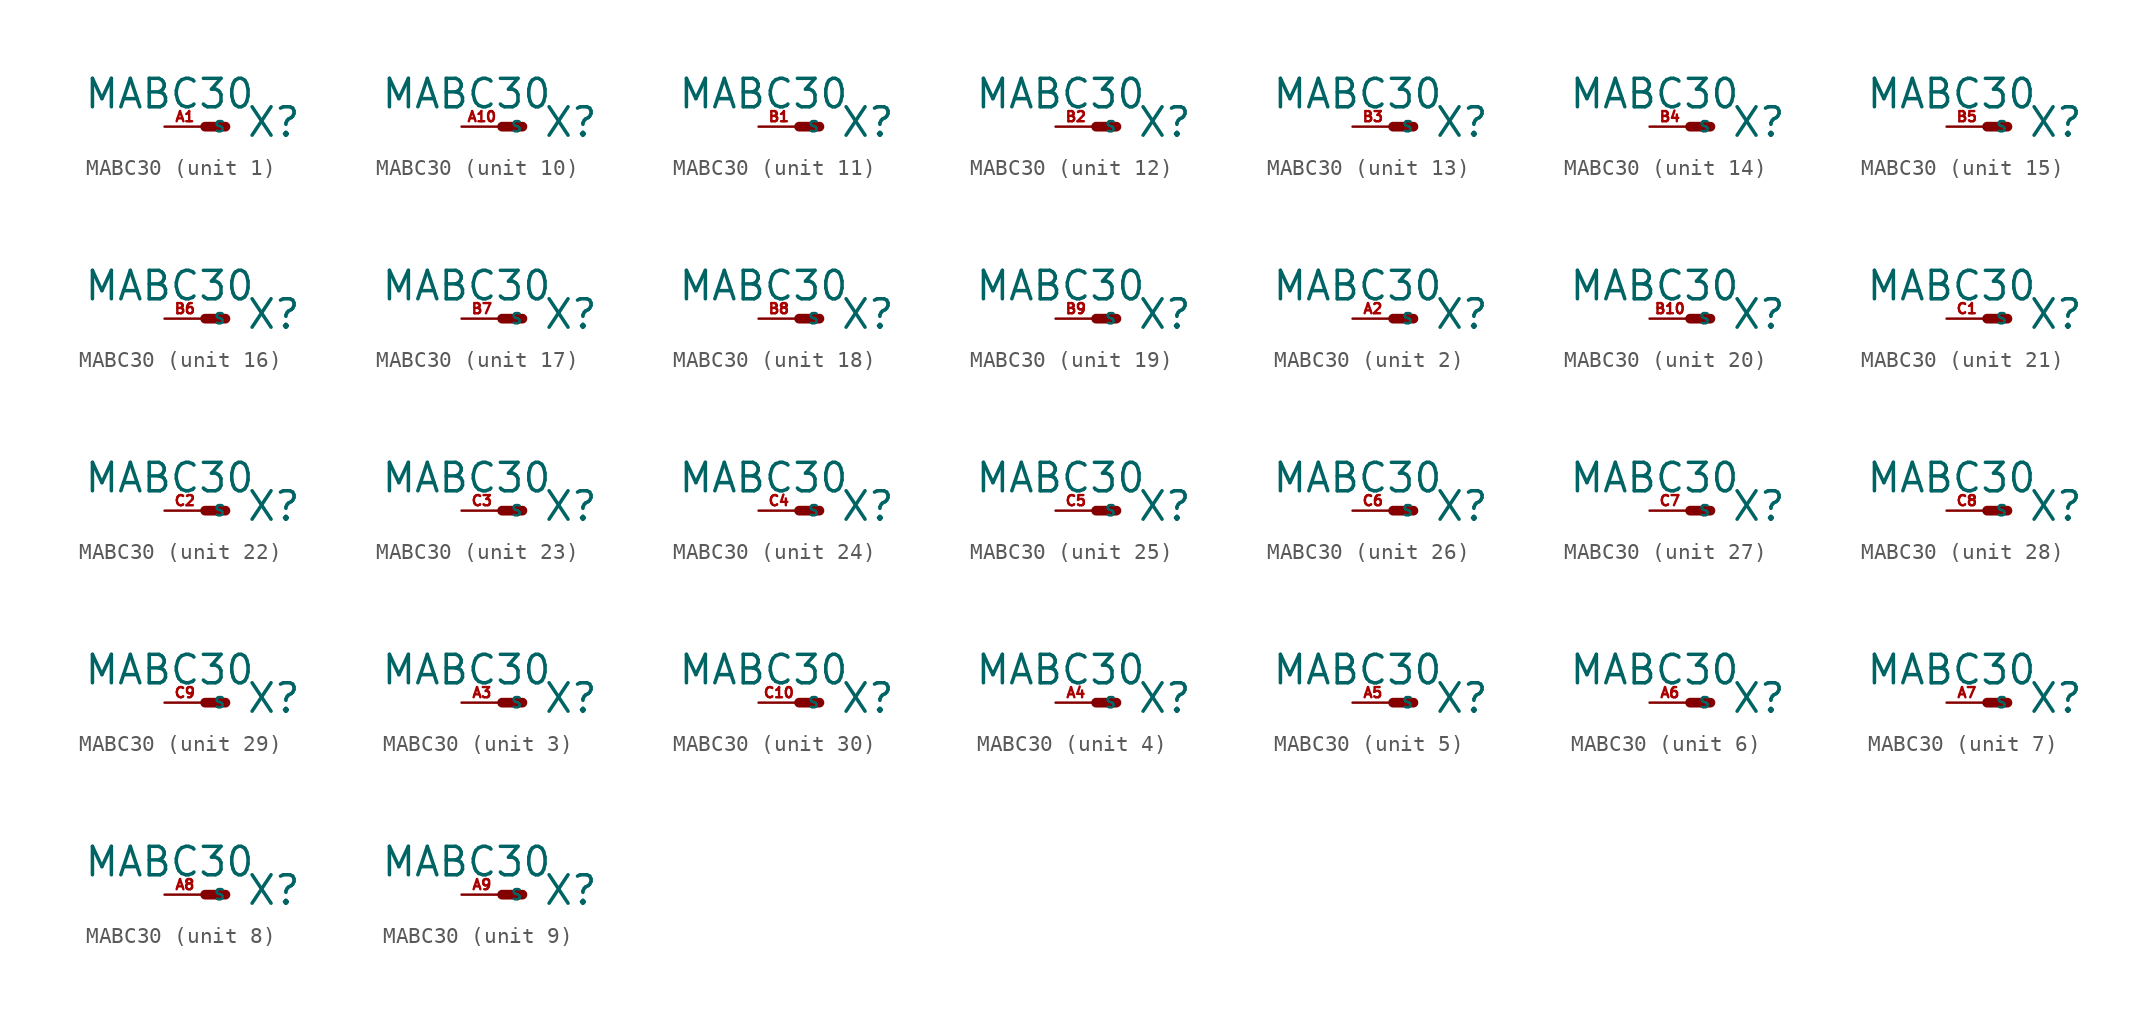
<source format=kicad_sym>
(kicad_symbol_lib
  (version 20220914)
  (generator Eagle2Kicad)
  (symbol "MABC30"
    (property "Reference" "X"
      (at 2.54 -0.762 0)
      (effects (font (size 1.778 1.778) (thickness 0.22)) (justify left bottom)))
    (property "Value" "MABC30"
      (at -7.62 1.016 0)
      (effects (font (size 1.778 1.778) (thickness 0.22)) (justify left bottom)))
    (symbol "MABC30_1_0"
      (polyline (pts (xy 0 0) (xy 1.27 0)) (stroke (width 0.61) (type default)) (fill (type none)))
      (pin passive line (at -2.54 0 0) (length 2.54) (name "S" (effects (font (size 0.635 0.635) (thickness 0.08)) (justify left bottom))) (number "A1" (effects (font (size 0.635 0.635) (thickness 0.08)) (justify left bottom)))))
    (symbol "MABC30_2_0"
      (polyline (pts (xy 0 0) (xy 1.27 0)) (stroke (width 0.61) (type default)) (fill (type none)))
      (pin passive line (at -2.54 0 0) (length 2.54) (name "S" (effects (font (size 0.635 0.635) (thickness 0.08)) (justify left bottom))) (number "A2" (effects (font (size 0.635 0.635) (thickness 0.08)) (justify left bottom)))))
    (symbol "MABC30_3_0"
      (polyline (pts (xy 0 0) (xy 1.27 0)) (stroke (width 0.61) (type default)) (fill (type none)))
      (pin passive line (at -2.54 0 0) (length 2.54) (name "S" (effects (font (size 0.635 0.635) (thickness 0.08)) (justify left bottom))) (number "A3" (effects (font (size 0.635 0.635) (thickness 0.08)) (justify left bottom)))))
    (symbol "MABC30_4_0"
      (polyline (pts (xy 0 0) (xy 1.27 0)) (stroke (width 0.61) (type default)) (fill (type none)))
      (pin passive line (at -2.54 0 0) (length 2.54) (name "S" (effects (font (size 0.635 0.635) (thickness 0.08)) (justify left bottom))) (number "A4" (effects (font (size 0.635 0.635) (thickness 0.08)) (justify left bottom)))))
    (symbol "MABC30_5_0"
      (polyline (pts (xy 0 0) (xy 1.27 0)) (stroke (width 0.61) (type default)) (fill (type none)))
      (pin passive line (at -2.54 0 0) (length 2.54) (name "S" (effects (font (size 0.635 0.635) (thickness 0.08)) (justify left bottom))) (number "A5" (effects (font (size 0.635 0.635) (thickness 0.08)) (justify left bottom)))))
    (symbol "MABC30_6_0"
      (polyline (pts (xy 0 0) (xy 1.27 0)) (stroke (width 0.61) (type default)) (fill (type none)))
      (pin passive line (at -2.54 0 0) (length 2.54) (name "S" (effects (font (size 0.635 0.635) (thickness 0.08)) (justify left bottom))) (number "A6" (effects (font (size 0.635 0.635) (thickness 0.08)) (justify left bottom)))))
    (symbol "MABC30_7_0"
      (polyline (pts (xy 0 0) (xy 1.27 0)) (stroke (width 0.61) (type default)) (fill (type none)))
      (pin passive line (at -2.54 0 0) (length 2.54) (name "S" (effects (font (size 0.635 0.635) (thickness 0.08)) (justify left bottom))) (number "A7" (effects (font (size 0.635 0.635) (thickness 0.08)) (justify left bottom)))))
    (symbol "MABC30_8_0"
      (polyline (pts (xy 0 0) (xy 1.27 0)) (stroke (width 0.61) (type default)) (fill (type none)))
      (pin passive line (at -2.54 0 0) (length 2.54) (name "S" (effects (font (size 0.635 0.635) (thickness 0.08)) (justify left bottom))) (number "A8" (effects (font (size 0.635 0.635) (thickness 0.08)) (justify left bottom)))))
    (symbol "MABC30_9_0"
      (polyline (pts (xy 0 0) (xy 1.27 0)) (stroke (width 0.61) (type default)) (fill (type none)))
      (pin passive line (at -2.54 0 0) (length 2.54) (name "S" (effects (font (size 0.635 0.635) (thickness 0.08)) (justify left bottom))) (number "A9" (effects (font (size 0.635 0.635) (thickness 0.08)) (justify left bottom)))))
    (symbol "MABC30_10_0"
      (polyline (pts (xy 0 0) (xy 1.27 0)) (stroke (width 0.61) (type default)) (fill (type none)))
      (pin passive line (at -2.54 0 0) (length 2.54) (name "S" (effects (font (size 0.635 0.635) (thickness 0.08)) (justify left bottom))) (number "A10" (effects (font (size 0.635 0.635) (thickness 0.08)) (justify left bottom)))))
    (symbol "MABC30_11_0"
      (polyline (pts (xy 0 0) (xy 1.27 0)) (stroke (width 0.61) (type default)) (fill (type none)))
      (pin passive line (at -2.54 0 0) (length 2.54) (name "S" (effects (font (size 0.635 0.635) (thickness 0.08)) (justify left bottom))) (number "B1" (effects (font (size 0.635 0.635) (thickness 0.08)) (justify left bottom)))))
    (symbol "MABC30_12_0"
      (polyline (pts (xy 0 0) (xy 1.27 0)) (stroke (width 0.61) (type default)) (fill (type none)))
      (pin passive line (at -2.54 0 0) (length 2.54) (name "S" (effects (font (size 0.635 0.635) (thickness 0.08)) (justify left bottom))) (number "B2" (effects (font (size 0.635 0.635) (thickness 0.08)) (justify left bottom)))))
    (symbol "MABC30_13_0"
      (polyline (pts (xy 0 0) (xy 1.27 0)) (stroke (width 0.61) (type default)) (fill (type none)))
      (pin passive line (at -2.54 0 0) (length 2.54) (name "S" (effects (font (size 0.635 0.635) (thickness 0.08)) (justify left bottom))) (number "B3" (effects (font (size 0.635 0.635) (thickness 0.08)) (justify left bottom)))))
    (symbol "MABC30_14_0"
      (polyline (pts (xy 0 0) (xy 1.27 0)) (stroke (width 0.61) (type default)) (fill (type none)))
      (pin passive line (at -2.54 0 0) (length 2.54) (name "S" (effects (font (size 0.635 0.635) (thickness 0.08)) (justify left bottom))) (number "B4" (effects (font (size 0.635 0.635) (thickness 0.08)) (justify left bottom)))))
    (symbol "MABC30_15_0"
      (polyline (pts (xy 0 0) (xy 1.27 0)) (stroke (width 0.61) (type default)) (fill (type none)))
      (pin passive line (at -2.54 0 0) (length 2.54) (name "S" (effects (font (size 0.635 0.635) (thickness 0.08)) (justify left bottom))) (number "B5" (effects (font (size 0.635 0.635) (thickness 0.08)) (justify left bottom)))))
    (symbol "MABC30_16_0"
      (polyline (pts (xy 0 0) (xy 1.27 0)) (stroke (width 0.61) (type default)) (fill (type none)))
      (pin passive line (at -2.54 0 0) (length 2.54) (name "S" (effects (font (size 0.635 0.635) (thickness 0.08)) (justify left bottom))) (number "B6" (effects (font (size 0.635 0.635) (thickness 0.08)) (justify left bottom)))))
    (symbol "MABC30_17_0"
      (polyline (pts (xy 0 0) (xy 1.27 0)) (stroke (width 0.61) (type default)) (fill (type none)))
      (pin passive line (at -2.54 0 0) (length 2.54) (name "S" (effects (font (size 0.635 0.635) (thickness 0.08)) (justify left bottom))) (number "B7" (effects (font (size 0.635 0.635) (thickness 0.08)) (justify left bottom)))))
    (symbol "MABC30_18_0"
      (polyline (pts (xy 0 0) (xy 1.27 0)) (stroke (width 0.61) (type default)) (fill (type none)))
      (pin passive line (at -2.54 0 0) (length 2.54) (name "S" (effects (font (size 0.635 0.635) (thickness 0.08)) (justify left bottom))) (number "B8" (effects (font (size 0.635 0.635) (thickness 0.08)) (justify left bottom)))))
    (symbol "MABC30_19_0"
      (polyline (pts (xy 0 0) (xy 1.27 0)) (stroke (width 0.61) (type default)) (fill (type none)))
      (pin passive line (at -2.54 0 0) (length 2.54) (name "S" (effects (font (size 0.635 0.635) (thickness 0.08)) (justify left bottom))) (number "B9" (effects (font (size 0.635 0.635) (thickness 0.08)) (justify left bottom)))))
    (symbol "MABC30_20_0"
      (polyline (pts (xy 0 0) (xy 1.27 0)) (stroke (width 0.61) (type default)) (fill (type none)))
      (pin passive line (at -2.54 0 0) (length 2.54) (name "S" (effects (font (size 0.635 0.635) (thickness 0.08)) (justify left bottom))) (number "B10" (effects (font (size 0.635 0.635) (thickness 0.08)) (justify left bottom)))))
    (symbol "MABC30_21_0"
      (polyline (pts (xy 0 0) (xy 1.27 0)) (stroke (width 0.61) (type default)) (fill (type none)))
      (pin passive line (at -2.54 0 0) (length 2.54) (name "S" (effects (font (size 0.635 0.635) (thickness 0.08)) (justify left bottom))) (number "C1" (effects (font (size 0.635 0.635) (thickness 0.08)) (justify left bottom)))))
    (symbol "MABC30_22_0"
      (polyline (pts (xy 0 0) (xy 1.27 0)) (stroke (width 0.61) (type default)) (fill (type none)))
      (pin passive line (at -2.54 0 0) (length 2.54) (name "S" (effects (font (size 0.635 0.635) (thickness 0.08)) (justify left bottom))) (number "C2" (effects (font (size 0.635 0.635) (thickness 0.08)) (justify left bottom)))))
    (symbol "MABC30_23_0"
      (polyline (pts (xy 0 0) (xy 1.27 0)) (stroke (width 0.61) (type default)) (fill (type none)))
      (pin passive line (at -2.54 0 0) (length 2.54) (name "S" (effects (font (size 0.635 0.635) (thickness 0.08)) (justify left bottom))) (number "C3" (effects (font (size 0.635 0.635) (thickness 0.08)) (justify left bottom)))))
    (symbol "MABC30_24_0"
      (polyline (pts (xy 0 0) (xy 1.27 0)) (stroke (width 0.61) (type default)) (fill (type none)))
      (pin passive line (at -2.54 0 0) (length 2.54) (name "S" (effects (font (size 0.635 0.635) (thickness 0.08)) (justify left bottom))) (number "C4" (effects (font (size 0.635 0.635) (thickness 0.08)) (justify left bottom)))))
    (symbol "MABC30_25_0"
      (polyline (pts (xy 0 0) (xy 1.27 0)) (stroke (width 0.61) (type default)) (fill (type none)))
      (pin passive line (at -2.54 0 0) (length 2.54) (name "S" (effects (font (size 0.635 0.635) (thickness 0.08)) (justify left bottom))) (number "C5" (effects (font (size 0.635 0.635) (thickness 0.08)) (justify left bottom)))))
    (symbol "MABC30_26_0"
      (polyline (pts (xy 0 0) (xy 1.27 0)) (stroke (width 0.61) (type default)) (fill (type none)))
      (pin passive line (at -2.54 0 0) (length 2.54) (name "S" (effects (font (size 0.635 0.635) (thickness 0.08)) (justify left bottom))) (number "C6" (effects (font (size 0.635 0.635) (thickness 0.08)) (justify left bottom)))))
    (symbol "MABC30_27_0"
      (polyline (pts (xy 0 0) (xy 1.27 0)) (stroke (width 0.61) (type default)) (fill (type none)))
      (pin passive line (at -2.54 0 0) (length 2.54) (name "S" (effects (font (size 0.635 0.635) (thickness 0.08)) (justify left bottom))) (number "C7" (effects (font (size 0.635 0.635) (thickness 0.08)) (justify left bottom)))))
    (symbol "MABC30_28_0"
      (polyline (pts (xy 0 0) (xy 1.27 0)) (stroke (width 0.61) (type default)) (fill (type none)))
      (pin passive line (at -2.54 0 0) (length 2.54) (name "S" (effects (font (size 0.635 0.635) (thickness 0.08)) (justify left bottom))) (number "C8" (effects (font (size 0.635 0.635) (thickness 0.08)) (justify left bottom)))))
    (symbol "MABC30_29_0"
      (polyline (pts (xy 0 0) (xy 1.27 0)) (stroke (width 0.61) (type default)) (fill (type none)))
      (pin passive line (at -2.54 0 0) (length 2.54) (name "S" (effects (font (size 0.635 0.635) (thickness 0.08)) (justify left bottom))) (number "C9" (effects (font (size 0.635 0.635) (thickness 0.08)) (justify left bottom)))))
    (symbol "MABC30_30_0"
      (polyline (pts (xy 0 0) (xy 1.27 0)) (stroke (width 0.61) (type default)) (fill (type none)))
      (pin passive line (at -2.54 0 0) (length 2.54) (name "S" (effects (font (size 0.635 0.635) (thickness 0.08)) (justify left bottom))) (number "C10" (effects (font (size 0.635 0.635) (thickness 0.08)) (justify left bottom)))))))
</source>
